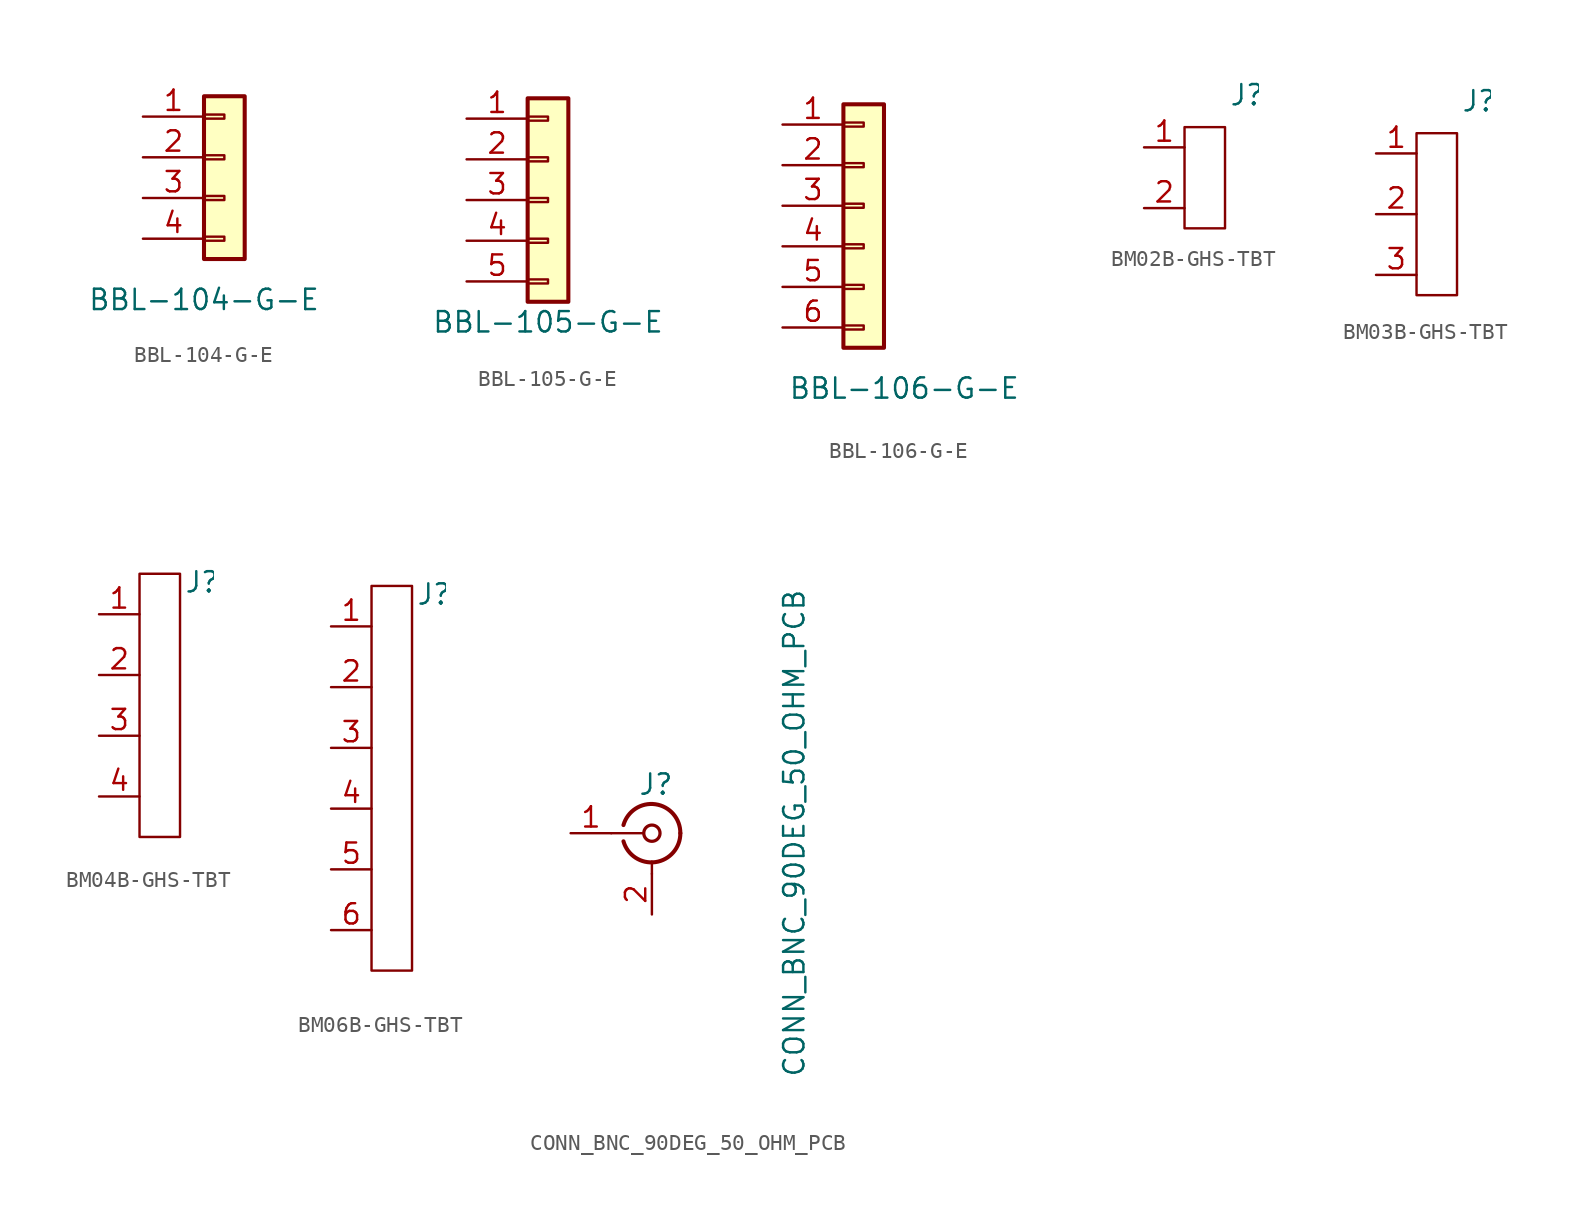
<source format=kicad_sym>
(kicad_symbol_lib
  (version 20211014)
  (generator kicad_symbol_editor)
  (symbol "BBL-104-G-E"
    (pin_names
      (offset 1.016) hide)
    (property "Reference" "J"
      (at 0 7.62 0)
      (effects (font (size 1.27 1.27)) hide))
    (property "Value" "BBL-104-G-E"
      (at 0 -7.62 0)
      (effects (font (size 1.27 1.27))))
    (symbol "BBL-104-G-E_1_1"
      (rectangle (start 0 -3.683) (end 1.27 -3.937) (stroke (width 0.152) (type default) (color 0 0 0 0)) (fill (type none)))
      (rectangle (start 0 -1.143) (end 1.27 -1.397) (stroke (width 0.152) (type default) (color 0 0 0 0)) (fill (type none)))
      (rectangle (start 0 1.397) (end 1.27 1.143) (stroke (width 0.152) (type default) (color 0 0 0 0)) (fill (type none)))
      (rectangle (start 0 3.937) (end 1.27 3.683) (stroke (width 0.152) (type default) (color 0 0 0 0)) (fill (type none)))
      (rectangle (start 0 5.08) (end 2.54 -5.08) (stroke (width 0.254) (type default) (color 0 0 0 0)) (fill (type background)))
      (pin passive line (at -3.81 3.81 0) (length 3.81) (name "Pin_1" (effects (font (size 1.27 1.27)))) (number "1" (effects (font (size 1.27 1.27)))))
      (pin passive line (at -3.81 1.27 0) (length 3.81) (name "Pin_2" (effects (font (size 1.27 1.27)))) (number "2" (effects (font (size 1.27 1.27)))))
      (pin passive line (at -3.81 -1.27 0) (length 3.81) (name "Pin_3" (effects (font (size 1.27 1.27)))) (number "3" (effects (font (size 1.27 1.27)))))
      (pin passive line (at -3.81 -3.81 0) (length 3.81) (name "Pin_4" (effects (font (size 1.27 1.27)))) (number "4" (effects (font (size 1.27 1.27)))))))
  (symbol "BBL-105-G-E"
    (pin_names
      (offset 1.016) hide)
    (property "Reference" "J"
      (at 0 7.62 0)
      (effects (font (size 1.27 1.27)) hide))
    (property "Value" "BBL-105-G-E"
      (at 0 -7.62 0)
      (effects (font (size 1.27 1.27))))
    (symbol "BBL-105-G-E_1_1"
      (rectangle (start -1.27 -4.953) (end 0 -5.207) (stroke (width 0.152) (type default) (color 0 0 0 0)) (fill (type none)))
      (rectangle (start -1.27 -2.413) (end 0 -2.667) (stroke (width 0.152) (type default) (color 0 0 0 0)) (fill (type none)))
      (rectangle (start -1.27 0.127) (end 0 -0.127) (stroke (width 0.152) (type default) (color 0 0 0 0)) (fill (type none)))
      (rectangle (start -1.27 2.667) (end 0 2.413) (stroke (width 0.152) (type default) (color 0 0 0 0)) (fill (type none)))
      (rectangle (start -1.27 5.207) (end 0 4.953) (stroke (width 0.152) (type default) (color 0 0 0 0)) (fill (type none)))
      (rectangle (start -1.27 6.35) (end 1.27 -6.35) (stroke (width 0.254) (type default) (color 0 0 0 0)) (fill (type background)))
      (pin passive line (at -5.08 5.08 0) (length 3.81) (name "Pin_1" (effects (font (size 1.27 1.27)))) (number "1" (effects (font (size 1.27 1.27)))))
      (pin passive line (at -5.08 2.54 0) (length 3.81) (name "Pin_2" (effects (font (size 1.27 1.27)))) (number "2" (effects (font (size 1.27 1.27)))))
      (pin passive line (at -5.08 0 0) (length 3.81) (name "Pin_3" (effects (font (size 1.27 1.27)))) (number "3" (effects (font (size 1.27 1.27)))))
      (pin passive line (at -5.08 -2.54 0) (length 3.81) (name "Pin_4" (effects (font (size 1.27 1.27)))) (number "4" (effects (font (size 1.27 1.27)))))
      (pin passive line (at -5.08 -5.08 0) (length 3.81) (name "Pin_5" (effects (font (size 1.27 1.27)))) (number "5" (effects (font (size 1.27 1.27)))))))
  (symbol "BBL-106-G-E"
    (pin_names
      (offset 1.016) hide)
    (property "Reference" "J"
      (at 5.08 6.35 0)
      (effects (font (size 1.27 1.27)) hide))
    (property "Value" "BBL-106-G-E"
      (at 3.81 -10.16 0)
      (effects (font (size 1.27 1.27))))
    (symbol "BBL-106-G-E_1_1"
      (rectangle (start 0 -6.223) (end 1.27 -6.477) (stroke (width 0.152) (type default) (color 0 0 0 0)) (fill (type none)))
      (rectangle (start 0 -3.683) (end 1.27 -3.937) (stroke (width 0.152) (type default) (color 0 0 0 0)) (fill (type none)))
      (rectangle (start 0 -1.143) (end 1.27 -1.397) (stroke (width 0.152) (type default) (color 0 0 0 0)) (fill (type none)))
      (rectangle (start 0 1.397) (end 1.27 1.143) (stroke (width 0.152) (type default) (color 0 0 0 0)) (fill (type none)))
      (rectangle (start 0 3.937) (end 1.27 3.683) (stroke (width 0.152) (type default) (color 0 0 0 0)) (fill (type none)))
      (rectangle (start 0 6.477) (end 1.27 6.223) (stroke (width 0.152) (type default) (color 0 0 0 0)) (fill (type none)))
      (rectangle (start 0 7.62) (end 2.54 -7.62) (stroke (width 0.254) (type default) (color 0 0 0 0)) (fill (type background)))
      (pin passive line (at -3.81 6.35 0) (length 3.81) (name "Pin_1" (effects (font (size 1.27 1.27)))) (number "1" (effects (font (size 1.27 1.27)))))
      (pin passive line (at -3.81 3.81 0) (length 3.81) (name "Pin_2" (effects (font (size 1.27 1.27)))) (number "2" (effects (font (size 1.27 1.27)))))
      (pin passive line (at -3.81 1.27 0) (length 3.81) (name "Pin_3" (effects (font (size 1.27 1.27)))) (number "3" (effects (font (size 1.27 1.27)))))
      (pin passive line (at -3.81 -1.27 0) (length 3.81) (name "Pin_4" (effects (font (size 1.27 1.27)))) (number "4" (effects (font (size 1.27 1.27)))))
      (pin passive line (at -3.81 -3.81 0) (length 3.81) (name "Pin_5" (effects (font (size 1.27 1.27)))) (number "5" (effects (font (size 1.27 1.27)))))
      (pin passive line (at -3.81 -6.35 0) (length 3.81) (name "Pin_6" (effects (font (size 1.27 1.27)))) (number "6" (effects (font (size 1.27 1.27)))))))
  (symbol "BM02B-GHS-TBT"
    (pin_names
      (offset 1.016) hide)
    (property "Reference" "J"
      (at 1.524 3.81 0)
      (effects (font (size 1.27 1.27)) (justify left bottom)))
    (symbol "BM02B-GHS-TBT_0_1"
      (rectangle (start -1.27 2.54) (end 1.27 -3.81) (stroke (width 0) (type default) (color 0 0 0 0)) (fill (type none))))
    (symbol "BM02B-GHS-TBT_1_1"
      (pin passive line (at -3.81 1.27 0) (length 2.54) (name "~" (effects (font (size 1.27 1.27)))) (number "1" (effects (font (size 1.27 1.27)))))
      (pin passive line (at -3.81 -2.54 0) (length 2.54) (name "~" (effects (font (size 1.27 1.27)))) (number "2" (effects (font (size 1.27 1.27)))))))
  (symbol "BM03B-GHS-TBT"
    (pin_names
      (offset 1.016) hide)
    (property "Reference" "J"
      (at 1.524 3.81 0)
      (effects (font (size 1.27 1.27)) (justify left bottom)))
    (symbol "BM03B-GHS-TBT_0_1"
      (rectangle (start -1.27 2.54) (end 1.27 -7.62) (stroke (width 0) (type default) (color 0 0 0 0)) (fill (type none))))
    (symbol "BM03B-GHS-TBT_1_1"
      (pin passive line (at -3.81 1.27 0) (length 2.54) (name "~" (effects (font (size 1.27 1.27)))) (number "1" (effects (font (size 1.27 1.27)))))
      (pin passive line (at -3.81 -2.54 0) (length 2.54) (name "~" (effects (font (size 1.27 1.27)))) (number "2" (effects (font (size 1.27 1.27)))))
      (pin passive line (at -3.81 -6.35 0) (length 2.54) (name "~" (effects (font (size 1.27 1.27)))) (number "3" (effects (font (size 1.27 1.27)))))))
  (symbol "BM04B-GHS-TBT"
    (pin_names
      (offset 1.016) hide)
    (property "Reference" "J"
      (at 1.524 3.81 0)
      (effects (font (size 1.27 1.27)) (justify left bottom)))
    (symbol "BM04B-GHS-TBT_0_1"
      (rectangle (start -1.27 5.08) (end 1.27 -11.43) (stroke (width 0) (type default) (color 0 0 0 0)) (fill (type none))))
    (symbol "BM04B-GHS-TBT_1_1"
      (pin passive line (at -3.81 2.54 0) (length 2.54) (name "~" (effects (font (size 1.27 1.27)))) (number "1" (effects (font (size 1.27 1.27)))))
      (pin passive line (at -3.81 -1.27 0) (length 2.54) (name "~" (effects (font (size 1.27 1.27)))) (number "2" (effects (font (size 1.27 1.27)))))
      (pin passive line (at -3.81 -5.08 0) (length 2.54) (name "~" (effects (font (size 1.27 1.27)))) (number "3" (effects (font (size 1.27 1.27)))))
      (pin passive line (at -3.81 -8.89 0) (length 2.54) (name "~" (effects (font (size 1.27 1.27)))) (number "4" (effects (font (size 1.27 1.27)))))))
  (symbol "BM06B-GHS-TBT"
    (pin_names
      (offset 1.016) hide)
    (property "Reference" "J"
      (at 1.524 3.81 0)
      (effects (font (size 1.27 1.27)) (justify left bottom)))
    (symbol "BM06B-GHS-TBT_0_1"
      (rectangle (start -1.27 5.08) (end 1.27 -19.05) (stroke (width 0) (type default) (color 0 0 0 0)) (fill (type none))))
    (symbol "BM06B-GHS-TBT_1_1"
      (pin passive line (at -3.81 2.54 0) (length 2.54) (name "~" (effects (font (size 1.27 1.27)))) (number "1" (effects (font (size 1.27 1.27)))))
      (pin passive line (at -3.81 -1.27 0) (length 2.54) (name "~" (effects (font (size 1.27 1.27)))) (number "2" (effects (font (size 1.27 1.27)))))
      (pin passive line (at -3.81 -5.08 0) (length 2.54) (name "~" (effects (font (size 1.27 1.27)))) (number "3" (effects (font (size 1.27 1.27)))))
      (pin passive line (at -3.81 -8.89 0) (length 2.54) (name "~" (effects (font (size 1.27 1.27)))) (number "4" (effects (font (size 1.27 1.27)))))
      (pin passive line (at -3.81 -12.7 0) (length 2.54) (name "~" (effects (font (size 1.27 1.27)))) (number "5" (effects (font (size 1.27 1.27)))))
      (pin passive line (at -3.81 -16.51 0) (length 2.54) (name "~" (effects (font (size 1.27 1.27)))) (number "6" (effects (font (size 1.27 1.27)))))))
  (symbol "CONN_BNC_90DEG_50_OHM_PCB"
    (pin_names
      (offset 1.016) hide)
    (property "Reference" "J"
      (at 0.254 3.048 0)
      (effects (font (size 1.27 1.27))))
    (property "Value" "CONN_BNC_90DEG_50_OHM_PCB"
      (at 8.89 0 90)
      (effects (font (size 1.27 1.27))))
    (symbol "CONN_BNC_90DEG_50_OHM_PCB_0_1"
      (arc (start -1.778 -0.508) (mid 0.2311 -1.8066) (end 1.778 0) (stroke (width 0.254) (type default) (color 0 0 0 0)) (fill (type none)))
      (polyline (pts (xy -2.54 0) (xy -0.508 0)) (stroke (width 0) (type default) (color 0 0 0 0)) (fill (type none)))
      (polyline (pts (xy 0 -2.54) (xy 0 -1.778)) (stroke (width 0) (type default) (color 0 0 0 0)) (fill (type none)))
      (circle (center 0 0) (radius 0.508) (stroke (width 0.203) (type default) (color 0 0 0 0)) (fill (type none)))
      (arc (start 1.778 0) (mid 0.2099 1.8101) (end -1.778 0.508) (stroke (width 0.254) (type default) (color 0 0 0 0)) (fill (type none))))
    (symbol "CONN_BNC_90DEG_50_OHM_PCB_1_1"
      (pin passive line (at -5.08 0 0) (length 2.54) (name "In" (effects (font (size 1.27 1.27)))) (number "1" (effects (font (size 1.27 1.27)))))
      (pin passive line (at 0 -5.08 90) (length 2.54) (name "Ext" (effects (font (size 1.27 1.27)))) (number "2" (effects (font (size 1.27 1.27))))))))
</source>
